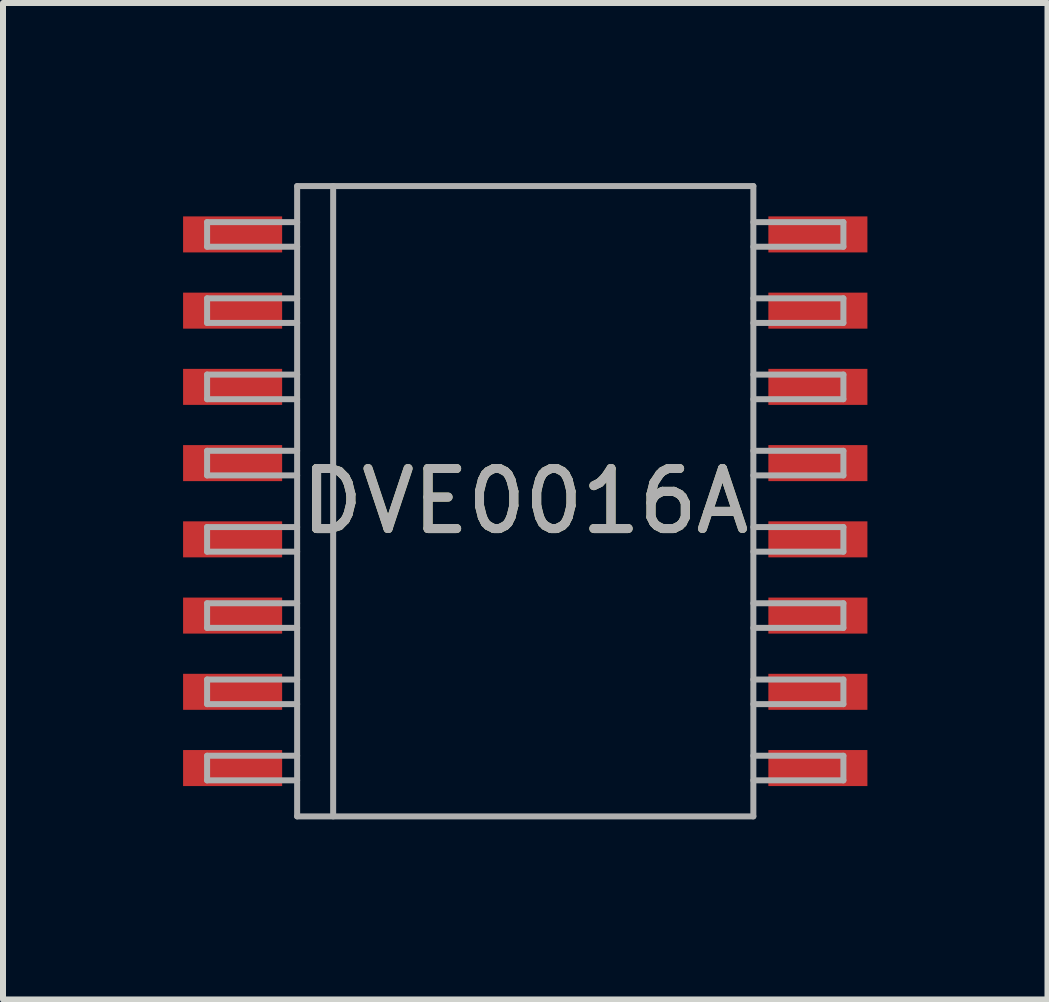
<source format=kicad_pcb>
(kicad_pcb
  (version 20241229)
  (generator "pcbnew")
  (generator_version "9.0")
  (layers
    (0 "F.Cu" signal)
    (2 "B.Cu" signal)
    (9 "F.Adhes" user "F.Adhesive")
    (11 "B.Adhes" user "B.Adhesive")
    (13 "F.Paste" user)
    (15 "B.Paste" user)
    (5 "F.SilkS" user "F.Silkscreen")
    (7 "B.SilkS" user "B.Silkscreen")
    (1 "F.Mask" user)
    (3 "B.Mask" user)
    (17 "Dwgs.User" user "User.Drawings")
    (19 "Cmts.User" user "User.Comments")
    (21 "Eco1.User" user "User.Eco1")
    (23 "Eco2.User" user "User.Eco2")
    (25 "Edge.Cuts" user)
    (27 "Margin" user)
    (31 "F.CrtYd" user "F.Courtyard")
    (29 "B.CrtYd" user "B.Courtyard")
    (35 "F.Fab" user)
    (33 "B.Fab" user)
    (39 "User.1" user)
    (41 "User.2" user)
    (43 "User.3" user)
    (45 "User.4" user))
  (footprint "DVE0016A"
    (layer "F.Cu")
    (at 5.7 5.3)
    (property "Reference" "DVE0016A" (at 0 0 0) (unlocked yes) (layer "F.SilkS") (effects (font (size 1 1) (thickness 0.15))))
    (attr smd)
    (fp_line (start -5.3 -4.65) (end -3.8 -4.65) (stroke (width 0.1) (type solid)) (layer "F.Fab"))
    (fp_line (start -5.3 -4.24) (end -5.3 -4.65) (stroke (width 0.1) (type solid)) (layer "F.Fab"))
    (fp_line (start -5.3 -4.24) (end -3.8 -4.24) (stroke (width 0.1) (type solid)) (layer "F.Fab"))
    (fp_line (start -5.3 -3.38) (end -3.8 -3.38) (stroke (width 0.1) (type solid)) (layer "F.Fab"))
    (fp_line (start -5.3 -2.97) (end -5.3 -3.38) (stroke (width 0.1) (type solid)) (layer "F.Fab"))
    (fp_line (start -5.3 -2.97) (end -3.8 -2.97) (stroke (width 0.1) (type solid)) (layer "F.Fab"))
    (fp_line (start -5.3 -2.11) (end -3.8 -2.11) (stroke (width 0.1) (type solid)) (layer "F.Fab"))
    (fp_line (start -5.3 -1.7) (end -5.3 -2.11) (stroke (width 0.1) (type solid)) (layer "F.Fab"))
    (fp_line (start -5.3 -1.7) (end -3.8 -1.7) (stroke (width 0.1) (type solid)) (layer "F.Fab"))
    (fp_line (start -5.3 -0.84) (end -3.8 -0.84) (stroke (width 0.1) (type solid)) (layer "F.Fab"))
    (fp_line (start -5.3 -0.43) (end -5.3 -0.84) (stroke (width 0.1) (type solid)) (layer "F.Fab"))
    (fp_line (start -5.3 -0.43) (end -3.8 -0.43) (stroke (width 0.1) (type solid)) (layer "F.Fab"))
    (fp_line (start -5.3 0.43) (end -3.8 0.43) (stroke (width 0.1) (type solid)) (layer "F.Fab"))
    (fp_line (start -5.3 0.84) (end -5.3 0.43) (stroke (width 0.1) (type solid)) (layer "F.Fab"))
    (fp_line (start -5.3 0.84) (end -3.8 0.84) (stroke (width 0.1) (type solid)) (layer "F.Fab"))
    (fp_line (start -5.3 1.7) (end -3.8 1.7) (stroke (width 0.1) (type solid)) (layer "F.Fab"))
    (fp_line (start -5.3 2.11) (end -5.3 1.7) (stroke (width 0.1) (type solid)) (layer "F.Fab"))
    (fp_line (start -5.3 2.11) (end -3.8 2.11) (stroke (width 0.1) (type solid)) (layer "F.Fab"))
    (fp_line (start -5.3 2.97) (end -3.8 2.97) (stroke (width 0.1) (type solid)) (layer "F.Fab"))
    (fp_line (start -5.3 3.38) (end -5.3 2.97) (stroke (width 0.1) (type solid)) (layer "F.Fab"))
    (fp_line (start -5.3 3.38) (end -3.8 3.38) (stroke (width 0.1) (type solid)) (layer "F.Fab"))
    (fp_line (start -5.3 4.24) (end -3.8 4.24) (stroke (width 0.1) (type solid)) (layer "F.Fab"))
    (fp_line (start -5.3 4.65) (end -5.3 4.24) (stroke (width 0.1) (type solid)) (layer "F.Fab"))
    (fp_line (start -5.3 4.65) (end -3.8 4.65) (stroke (width 0.1) (type solid)) (layer "F.Fab"))
    (fp_line (start -3.8 -5.25) (end 3.8 -5.25) (stroke (width 0.1) (type solid)) (layer "F.Fab"))
    (fp_line (start -3.8 5.25) (end -3.8 -5.25) (stroke (width 0.1) (type solid)) (layer "F.Fab"))
    (fp_line (start -3.8 5.25) (end 3.8 5.25) (stroke (width 0.1) (type solid)) (layer "F.Fab"))
    (fp_line (start -3.2 5.25) (end -3.2 -5.25) (stroke (width 0.1) (type solid)) (layer "F.Fab"))
    (fp_line (start 3.8 -4.65) (end 5.3 -4.65) (stroke (width 0.1) (type solid)) (layer "F.Fab"))
    (fp_line (start 3.8 -4.24) (end 5.3 -4.24) (stroke (width 0.1) (type solid)) (layer "F.Fab"))
    (fp_line (start 3.8 -3.38) (end 5.3 -3.38) (stroke (width 0.1) (type solid)) (layer "F.Fab"))
    (fp_line (start 3.8 -2.97) (end 5.3 -2.97) (stroke (width 0.1) (type solid)) (layer "F.Fab"))
    (fp_line (start 3.8 -2.11) (end 5.3 -2.11) (stroke (width 0.1) (type solid)) (layer "F.Fab"))
    (fp_line (start 3.8 -1.7) (end 5.3 -1.7) (stroke (width 0.1) (type solid)) (layer "F.Fab"))
    (fp_line (start 3.8 -0.84) (end 5.3 -0.84) (stroke (width 0.1) (type solid)) (layer "F.Fab"))
    (fp_line (start 3.8 -0.43) (end 5.3 -0.43) (stroke (width 0.1) (type solid)) (layer "F.Fab"))
    (fp_line (start 3.8 0.43) (end 5.3 0.43) (stroke (width 0.1) (type solid)) (layer "F.Fab"))
    (fp_line (start 3.8 0.84) (end 5.3 0.84) (stroke (width 0.1) (type solid)) (layer "F.Fab"))
    (fp_line (start 3.8 1.7) (end 5.3 1.7) (stroke (width 0.1) (type solid)) (layer "F.Fab"))
    (fp_line (start 3.8 2.11) (end 5.3 2.11) (stroke (width 0.1) (type solid)) (layer "F.Fab"))
    (fp_line (start 3.8 2.97) (end 5.3 2.97) (stroke (width 0.1) (type solid)) (layer "F.Fab"))
    (fp_line (start 3.8 3.38) (end 5.3 3.38) (stroke (width 0.1) (type solid)) (layer "F.Fab"))
    (fp_line (start 3.8 4.24) (end 5.3 4.24) (stroke (width 0.1) (type solid)) (layer "F.Fab"))
    (fp_line (start 3.8 4.65) (end 5.3 4.65) (stroke (width 0.1) (type solid)) (layer "F.Fab"))
    (fp_line (start 3.8 5.25) (end 3.8 -5.25) (stroke (width 0.1) (type solid)) (layer "F.Fab"))
    (fp_line (start 5.3 -4.24) (end 5.3 -4.65) (stroke (width 0.1) (type solid)) (layer "F.Fab"))
    (fp_line (start 5.3 -2.97) (end 5.3 -3.38) (stroke (width 0.1) (type solid)) (layer "F.Fab"))
    (fp_line (start 5.3 -1.7) (end 5.3 -2.11) (stroke (width 0.1) (type solid)) (layer "F.Fab"))
    (fp_line (start 5.3 -0.43) (end 5.3 -0.84) (stroke (width 0.1) (type solid)) (layer "F.Fab"))
    (fp_line (start 5.3 0.84) (end 5.3 0.43) (stroke (width 0.1) (type solid)) (layer "F.Fab"))
    (fp_line (start 5.3 2.11) (end 5.3 1.7) (stroke (width 0.1) (type solid)) (layer "F.Fab"))
    (fp_line (start 5.3 3.38) (end 5.3 2.97) (stroke (width 0.1) (type solid)) (layer "F.Fab"))
    (fp_line (start 5.3 4.65) (end 5.3 4.24) (stroke (width 0.1) (type solid)) (layer "F.Fab"))
    (fp_text user "${REFERENCE}" (at 0 0 0) (unlocked yes) (layer "F.Fab") (effects (font (size 1 1) (thickness 0.15))))
    (pad "1" smd rect (at -4.875 -4.445) (size 1.65 0.6) (layers "F.Cu" "F.Mask" "F.Paste"))
    (pad "2" smd rect (at -4.875 -3.175) (size 1.65 0.6) (layers "F.Cu" "F.Mask" "F.Paste"))
    (pad "3" smd rect (at -4.875 -1.905) (size 1.65 0.6) (layers "F.Cu" "F.Mask" "F.Paste"))
    (pad "4" smd rect (at -4.875 -0.635) (size 1.65 0.6) (layers "F.Cu" "F.Mask" "F.Paste"))
    (pad "5" smd rect (at -4.875 0.635) (size 1.65 0.6) (layers "F.Cu" "F.Mask" "F.Paste"))
    (pad "6" smd rect (at -4.875 1.905) (size 1.65 0.6) (layers "F.Cu" "F.Mask" "F.Paste"))
    (pad "7" smd rect (at -4.875 3.175) (size 1.65 0.6) (layers "F.Cu" "F.Mask" "F.Paste"))
    (pad "8" smd rect (at -4.875 4.445) (size 1.65 0.6) (layers "F.Cu" "F.Mask" "F.Paste"))
    (pad "9" smd rect (at 4.875 4.445) (size 1.65 0.6) (layers "F.Cu" "F.Mask" "F.Paste"))
    (pad "10" smd rect (at 4.875 3.175) (size 1.65 0.6) (layers "F.Cu" "F.Mask" "F.Paste"))
    (pad "11" smd rect (at 4.875 1.905) (size 1.65 0.6) (layers "F.Cu" "F.Mask" "F.Paste"))
    (pad "12" smd rect (at 4.875 0.635) (size 1.65 0.6) (layers "F.Cu" "F.Mask" "F.Paste"))
    (pad "13" smd rect (at 4.875 -0.635) (size 1.65 0.6) (layers "F.Cu" "F.Mask" "F.Paste"))
    (pad "14" smd rect (at 4.875 -1.905) (size 1.65 0.6) (layers "F.Cu" "F.Mask" "F.Paste"))
    (pad "15" smd rect (at 4.875 -3.175) (size 1.65 0.6) (layers "F.Cu" "F.Mask" "F.Paste"))
    (pad "16" smd rect (at 4.875 -4.445) (size 1.65 0.6) (layers "F.Cu" "F.Mask" "F.Paste")))
  (gr_rect
    (start -3 -3)
    (end 14.4 13.6)
    (stroke (width 0.1) (type default))
    (fill no)
    (layer "Edge.Cuts")))
</source>
